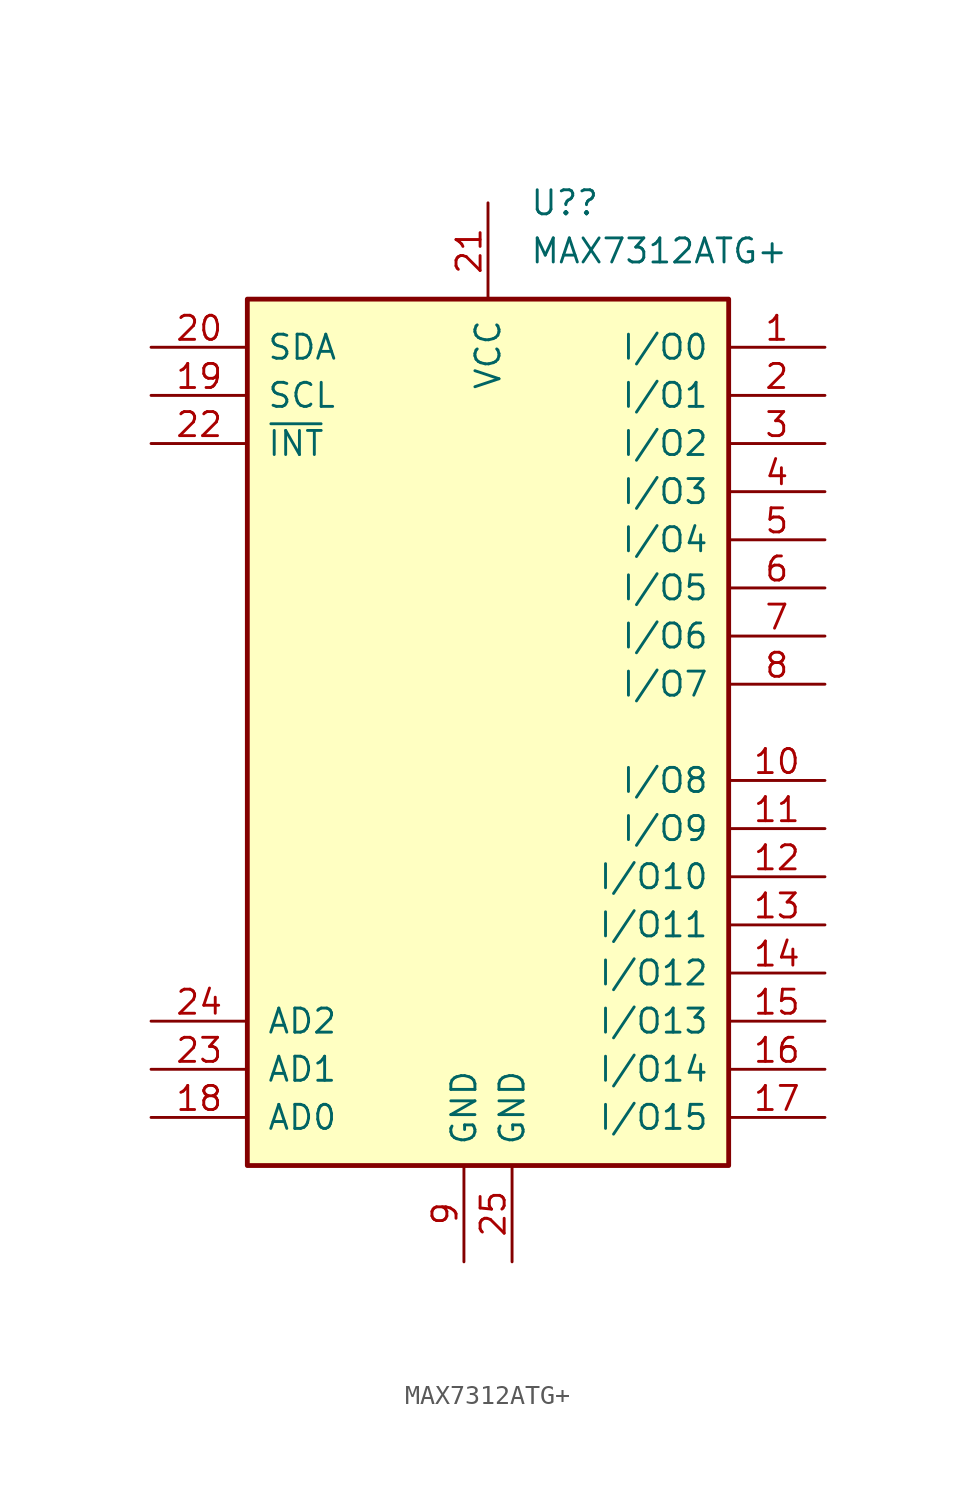
<source format=kicad_sym>
(kicad_symbol_lib
  (version 20220914)
  (generator kicad_symbol_editor)
  (symbol "MAX7312ATG+"
    (pin_names
      (offset 1.016))
    (property "Reference" "U?"
      (at 2.194 27.94 0)
      (effects (font (size 1.27 1.27)) (justify left)))
    (property "Value" "MAX7312ATG+"
      (at 2.194 25.4 0)
      (effects (font (size 1.27 1.27)) (justify left)))
    (symbol "MAX7312ATG+_0_1"
      (rectangle (start -12.7 22.86) (end 12.7 -22.86) (stroke (width 0.254) (type default)) (fill (type background))))
    (symbol "MAX7312ATG+_1_1"
      (pin bidirectional line (at 17.78 20.32 180) (length 5.08) (name "I/O0" (effects (font (size 1.27 1.27)))) (number "1" (effects (font (size 1.27 1.27)))))
      (pin bidirectional line (at 17.78 -2.54 180) (length 5.08) (name "I/O8" (effects (font (size 1.27 1.27)))) (number "10" (effects (font (size 1.27 1.27)))))
      (pin bidirectional line (at 17.78 -5.08 180) (length 5.08) (name "I/O9" (effects (font (size 1.27 1.27)))) (number "11" (effects (font (size 1.27 1.27)))))
      (pin bidirectional line (at 17.78 -7.62 180) (length 5.08) (name "I/O10" (effects (font (size 1.27 1.27)))) (number "12" (effects (font (size 1.27 1.27)))))
      (pin bidirectional line (at 17.78 -10.16 180) (length 5.08) (name "I/O11" (effects (font (size 1.27 1.27)))) (number "13" (effects (font (size 1.27 1.27)))))
      (pin bidirectional line (at 17.78 -12.7 180) (length 5.08) (name "I/O12" (effects (font (size 1.27 1.27)))) (number "14" (effects (font (size 1.27 1.27)))))
      (pin bidirectional line (at 17.78 -15.24 180) (length 5.08) (name "I/O13" (effects (font (size 1.27 1.27)))) (number "15" (effects (font (size 1.27 1.27)))))
      (pin bidirectional line (at 17.78 -17.78 180) (length 5.08) (name "I/O14" (effects (font (size 1.27 1.27)))) (number "16" (effects (font (size 1.27 1.27)))))
      (pin bidirectional line (at 17.78 -20.32 180) (length 5.08) (name "I/O15" (effects (font (size 1.27 1.27)))) (number "17" (effects (font (size 1.27 1.27)))))
      (pin input line (at -17.78 -20.32 0) (length 5.08) (name "AD0" (effects (font (size 1.27 1.27)))) (number "18" (effects (font (size 1.27 1.27)))))
      (pin input line (at -17.78 17.78 0) (length 5.08) (name "SCL" (effects (font (size 1.27 1.27)))) (number "19" (effects (font (size 1.27 1.27)))))
      (pin bidirectional line (at 17.78 17.78 180) (length 5.08) (name "I/O1" (effects (font (size 1.27 1.27)))) (number "2" (effects (font (size 1.27 1.27)))))
      (pin bidirectional line (at -17.78 20.32 0) (length 5.08) (name "SDA" (effects (font (size 1.27 1.27)))) (number "20" (effects (font (size 1.27 1.27)))))
      (pin power_in line (at 0 27.94 270) (length 5.08) (name "VCC" (effects (font (size 1.27 1.27)))) (number "21" (effects (font (size 1.27 1.27)))))
      (pin open_collector line (at -17.78 15.24 0) (length 5.08) (name "~{INT}" (effects (font (size 1.27 1.27)))) (number "22" (effects (font (size 1.27 1.27)))))
      (pin input line (at -17.78 -17.78 0) (length 5.08) (name "AD1" (effects (font (size 1.27 1.27)))) (number "23" (effects (font (size 1.27 1.27)))))
      (pin input line (at -17.78 -15.24 0) (length 5.08) (name "AD2" (effects (font (size 1.27 1.27)))) (number "24" (effects (font (size 1.27 1.27)))))
      (pin power_in line (at 1.27 -27.94 90) (length 5.08) (name "GND" (effects (font (size 1.27 1.27)))) (number "25" (effects (font (size 1.27 1.27)))))
      (pin bidirectional line (at 17.78 15.24 180) (length 5.08) (name "I/O2" (effects (font (size 1.27 1.27)))) (number "3" (effects (font (size 1.27 1.27)))))
      (pin bidirectional line (at 17.78 12.7 180) (length 5.08) (name "I/O3" (effects (font (size 1.27 1.27)))) (number "4" (effects (font (size 1.27 1.27)))))
      (pin bidirectional line (at 17.78 10.16 180) (length 5.08) (name "I/O4" (effects (font (size 1.27 1.27)))) (number "5" (effects (font (size 1.27 1.27)))))
      (pin bidirectional line (at 17.78 7.62 180) (length 5.08) (name "I/O5" (effects (font (size 1.27 1.27)))) (number "6" (effects (font (size 1.27 1.27)))))
      (pin bidirectional line (at 17.78 5.08 180) (length 5.08) (name "I/O6" (effects (font (size 1.27 1.27)))) (number "7" (effects (font (size 1.27 1.27)))))
      (pin bidirectional line (at 17.78 2.54 180) (length 5.08) (name "I/O7" (effects (font (size 1.27 1.27)))) (number "8" (effects (font (size 1.27 1.27)))))
      (pin power_in line (at -1.27 -27.94 90) (length 5.08) (name "GND" (effects (font (size 1.27 1.27)))) (number "9" (effects (font (size 1.27 1.27))))))))
</source>
